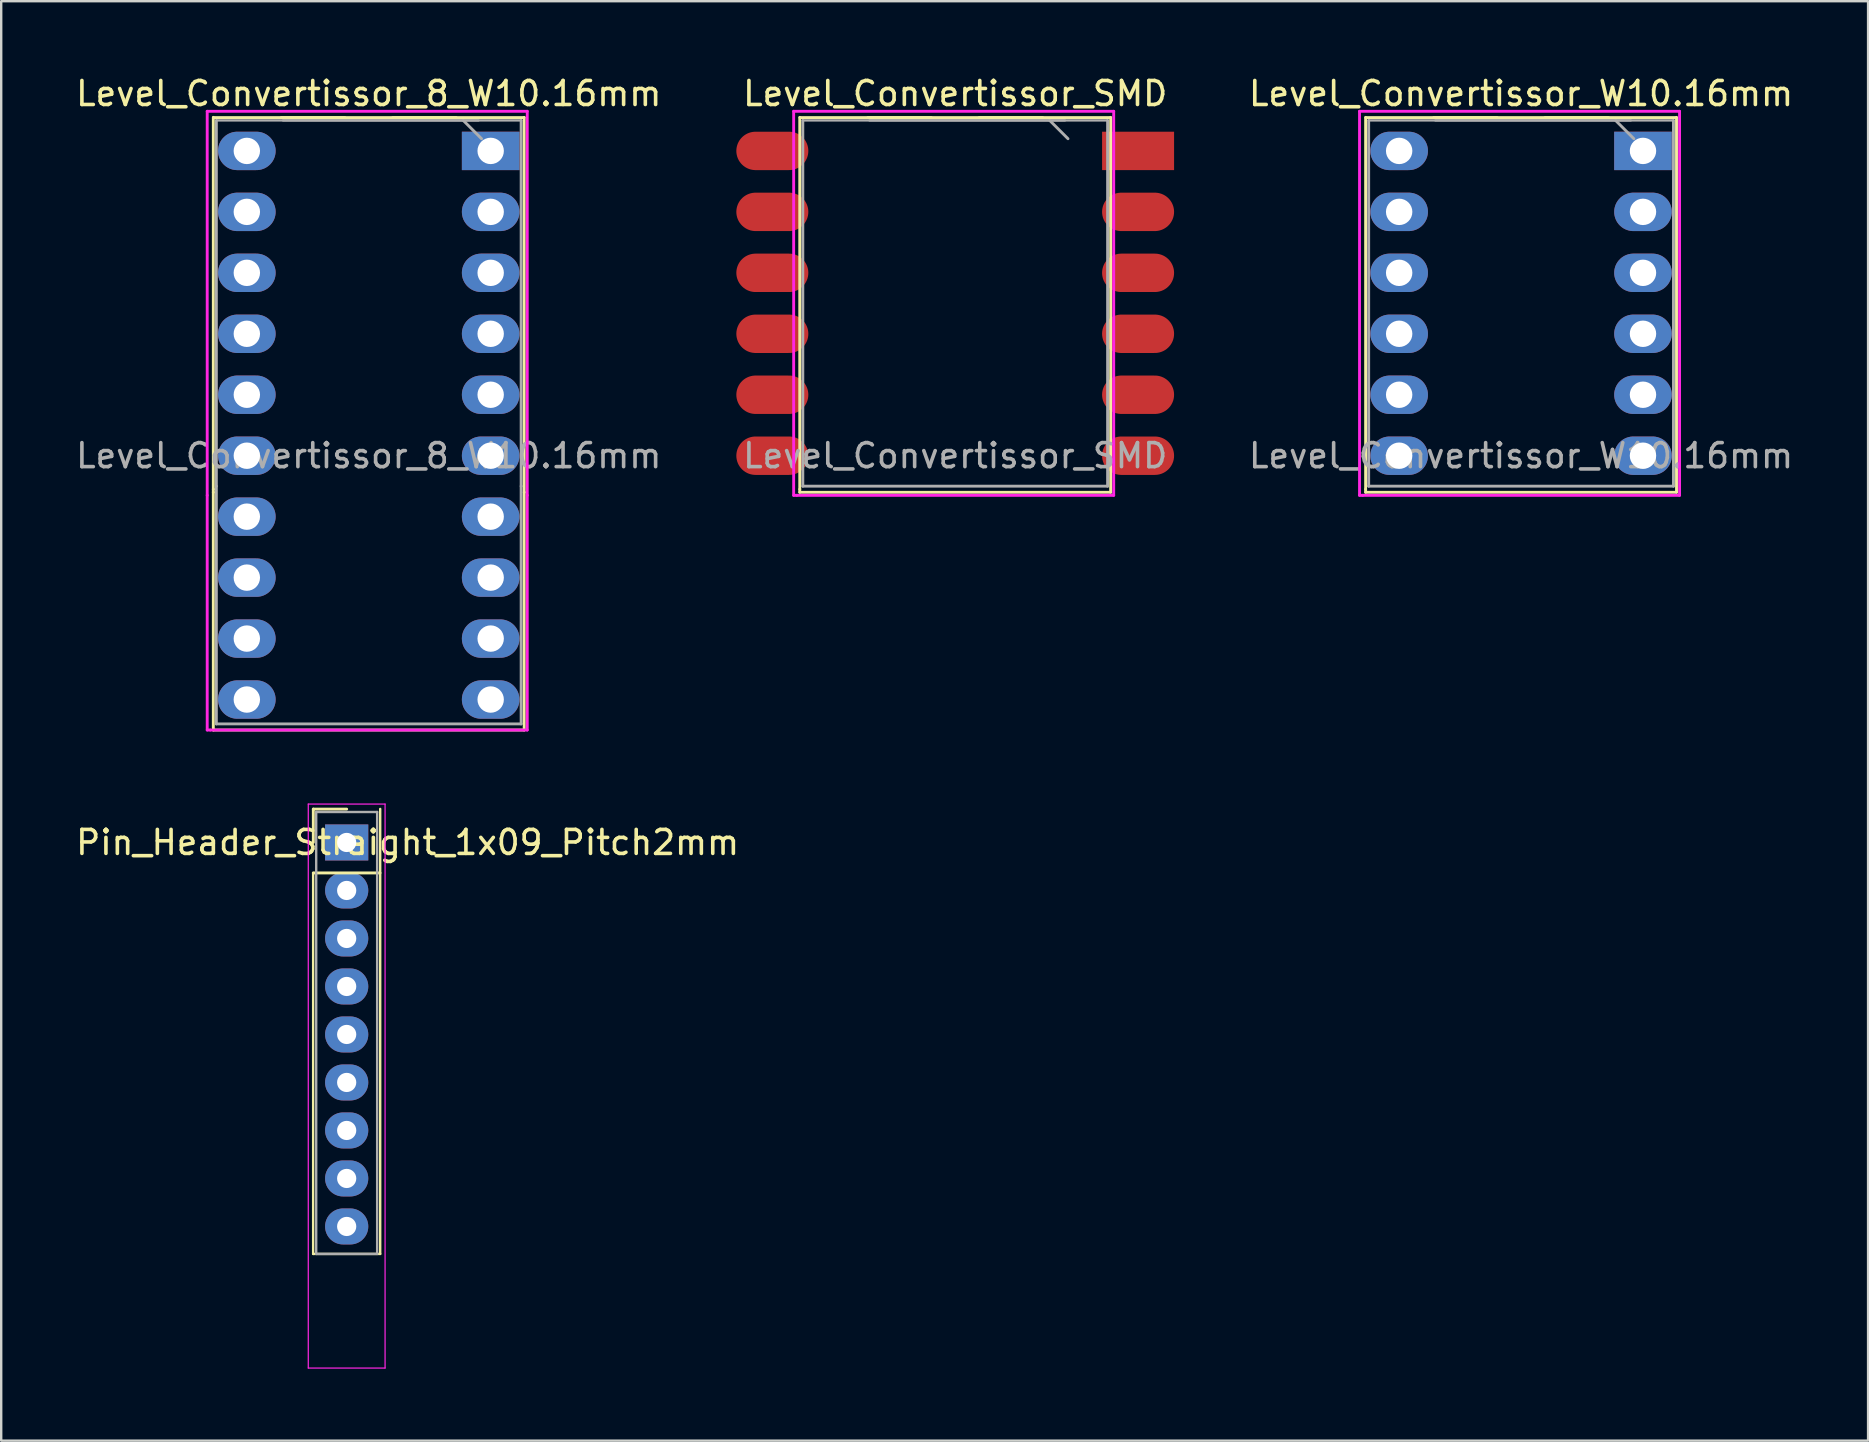
<source format=kicad_pcb>
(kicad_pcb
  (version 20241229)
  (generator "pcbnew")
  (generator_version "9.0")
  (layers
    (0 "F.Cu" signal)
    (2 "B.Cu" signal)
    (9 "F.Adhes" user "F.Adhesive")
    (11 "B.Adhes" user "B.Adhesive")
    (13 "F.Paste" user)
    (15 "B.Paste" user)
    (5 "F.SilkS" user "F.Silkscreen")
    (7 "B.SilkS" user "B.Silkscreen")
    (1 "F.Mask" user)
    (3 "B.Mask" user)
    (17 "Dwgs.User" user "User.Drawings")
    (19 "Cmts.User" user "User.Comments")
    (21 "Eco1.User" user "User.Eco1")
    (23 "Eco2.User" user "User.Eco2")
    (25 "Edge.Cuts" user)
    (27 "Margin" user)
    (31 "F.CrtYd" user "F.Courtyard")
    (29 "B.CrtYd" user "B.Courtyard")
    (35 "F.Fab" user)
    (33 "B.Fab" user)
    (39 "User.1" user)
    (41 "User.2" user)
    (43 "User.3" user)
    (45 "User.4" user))
  (footprint "Level_Convertissor_SMD"
    (layer "F.Cu")
    (at 31.671 3.238)
    (property "Reference" "Level_Convertissor_SMD" (at 5.08 -2.39 0) (layer "F.SilkS") (effects (font (size 1 1) (thickness 0.15))))
    (attr through_hole)
    (fp_line (start -1.397 14.097) (end -1.397 -1.397) (stroke (width 0.12) (type solid)) (layer "F.SilkS"))
    (fp_line (start -1.397 14.097) (end -1.397 14.224) (stroke (width 0.12) (type solid)) (layer "F.SilkS"))
    (fp_line (start -1.397 14.224) (end 11.557 14.224) (stroke (width 0.12) (type solid)) (layer "F.SilkS"))
    (fp_line (start 4.08 -1.39) (end 1.44 -1.39) (stroke (width 0.12) (type solid)) (layer "F.SilkS"))
    (fp_line (start 8.72 -1.39) (end 6.08 -1.39) (stroke (width 0.12) (type solid)) (layer "F.SilkS"))
    (fp_line (start 11.55 -1.39) (end -1.39 -1.39) (stroke (width 0.12) (type solid)) (layer "F.SilkS"))
    (fp_line (start 11.557 14.224) (end 11.557 -1.397) (stroke (width 0.12) (type solid)) (layer "F.SilkS"))
    (fp_line (start -1.651 -1.651) (end 11.684 -1.651) (stroke (width 0.12) (type solid)) (layer "F.CrtYd"))
    (fp_line (start -1.651 14.351) (end -1.651 -1.651) (stroke (width 0.12) (type solid)) (layer "F.CrtYd"))
    (fp_line (start -1.524 14.351) (end -1.651 14.351) (stroke (width 0.12) (type solid)) (layer "F.CrtYd"))
    (fp_line (start 11.684 -1.651) (end 11.684 14.351) (stroke (width 0.12) (type solid)) (layer "F.CrtYd"))
    (fp_line (start 11.684 14.351) (end -1.524 14.351) (stroke (width 0.12) (type solid)) (layer "F.CrtYd"))
    (fp_line (start -1.27 -1.27) (end -1.27 13.97) (stroke (width 0.12) (type solid)) (layer "F.Fab"))
    (fp_line (start -1.27 13.97) (end 11.43 13.97) (stroke (width 0.12) (type solid)) (layer "F.Fab"))
    (fp_line (start 1.51 -1.27) (end 9.65 -1.27) (stroke (width 0.1) (type solid)) (layer "F.Fab"))
    (fp_line (start 9.017 -1.27) (end 9.779 -0.508) (stroke (width 0.12) (type solid)) (layer "F.Fab"))
    (fp_line (start 11.43 -1.27) (end -1.27 -1.27) (stroke (width 0.1) (type solid)) (layer "F.Fab"))
    (fp_line (start 11.43 13.97) (end 11.43 -1.27) (stroke (width 0.12) (type solid)) (layer "F.Fab"))
    (fp_text user "${REFERENCE}" (at 5.08 12.7 0) (layer "F.Fab") (effects (font (size 1 1) (thickness 0.15))))
    (pad "1" smd rect (at 12.7 0) (size 3 1.6) (layers "F.Cu" "F.Mask" "F.Paste"))
    (pad "2" smd oval (at 12.7 2.54) (size 3 1.6) (layers "F.Cu" "F.Mask" "F.Paste"))
    (pad "3" smd oval (at 12.7 5.08) (size 3 1.6) (layers "F.Cu" "F.Mask" "F.Paste"))
    (pad "4" smd oval (at 12.7 7.62) (size 3 1.6) (layers "F.Cu" "F.Mask" "F.Paste"))
    (pad "5" smd oval (at 12.7 10.16) (size 3 1.6) (layers "F.Cu" "F.Mask" "F.Paste"))
    (pad "6" smd oval (at 12.7 12.7) (size 3 1.6) (layers "F.Cu" "F.Mask" "F.Paste"))
    (pad "7" smd oval (at -2.54 12.7) (size 3 1.6) (layers "F.Cu" "F.Mask" "F.Paste"))
    (pad "8" smd oval (at -2.54 10.16) (size 3 1.6) (layers "F.Cu" "F.Mask" "F.Paste"))
    (pad "9" smd oval (at -2.54 7.62) (size 3 1.6) (layers "F.Cu" "F.Mask" "F.Paste"))
    (pad "10" smd oval (at -2.54 5.08) (size 3 1.6) (layers "F.Cu" "F.Mask" "F.Paste"))
    (pad "11" smd oval (at -2.54 2.54) (size 3 1.6) (layers "F.Cu" "F.Mask" "F.Paste"))
    (pad "12" smd oval (at -2.54 0) (size 3 1.6) (layers "F.Cu" "F.Mask" "F.Paste")))
  (footprint "Level_Convertissor_8_W10.16mm"
    (layer "F.Cu")
    (at 7.235 3.238)
    (property "Reference" "Level_Convertissor_8_W10.16mm" (at 5.08 -2.39 0) (layer "F.SilkS") (effects (font (size 1 1) (thickness 0.15))))
    (attr through_hole)
    (fp_line (start -1.397 14.097) (end -1.397 -1.397) (stroke (width 0.12) (type solid)) (layer "F.SilkS"))
    (fp_line (start -1.397 14.097) (end -1.397 14.224) (stroke (width 0.12) (type solid)) (layer "F.SilkS"))
    (fp_line (start -1.397 14.224) (end -1.397 24.13) (stroke (width 0.12) (type solid)) (layer "F.SilkS"))
    (fp_line (start -1.397 24.13) (end 11.557 24.13) (stroke (width 0.12) (type solid)) (layer "F.SilkS"))
    (fp_line (start 4.08 -1.39) (end 1.44 -1.39) (stroke (width 0.12) (type solid)) (layer "F.SilkS"))
    (fp_line (start 8.72 -1.39) (end 6.08 -1.39) (stroke (width 0.12) (type solid)) (layer "F.SilkS"))
    (fp_line (start 11.55 -1.39) (end -1.39 -1.39) (stroke (width 0.12) (type solid)) (layer "F.SilkS"))
    (fp_line (start 11.557 14.224) (end 11.557 -1.397) (stroke (width 0.12) (type solid)) (layer "F.SilkS"))
    (fp_line (start 11.557 14.224) (end 11.557 24.13) (stroke (width 0.12) (type solid)) (layer "F.SilkS"))
    (fp_line (start -1.651 -1.651) (end 11.684 -1.651) (stroke (width 0.12) (type solid)) (layer "F.CrtYd"))
    (fp_line (start -1.651 14.351) (end -1.651 -1.651) (stroke (width 0.12) (type solid)) (layer "F.CrtYd"))
    (fp_line (start -1.651 14.351) (end -1.651 24.13) (stroke (width 0.12) (type solid)) (layer "F.CrtYd"))
    (fp_line (start -1.651 24.13) (end -1.524 24.13) (stroke (width 0.12) (type solid)) (layer "F.CrtYd"))
    (fp_line (start 11.684 -1.651) (end 11.684 14.351) (stroke (width 0.12) (type solid)) (layer "F.CrtYd"))
    (fp_line (start 11.684 14.351) (end 11.684 24.13) (stroke (width 0.12) (type solid)) (layer "F.CrtYd"))
    (fp_line (start 11.684 24.13) (end -1.524 24.13) (stroke (width 0.12) (type solid)) (layer "F.CrtYd"))
    (fp_line (start -1.27 -1.27) (end -1.27 13.97) (stroke (width 0.12) (type solid)) (layer "F.Fab"))
    (fp_line (start -1.27 13.97) (end -1.27 23.876) (stroke (width 0.12) (type solid)) (layer "F.Fab"))
    (fp_line (start -1.27 23.876) (end 11.43 23.876) (stroke (width 0.12) (type solid)) (layer "F.Fab"))
    (fp_line (start 1.51 -1.27) (end 9.65 -1.27) (stroke (width 0.1) (type solid)) (layer "F.Fab"))
    (fp_line (start 9.017 -1.27) (end 9.779 -0.508) (stroke (width 0.12) (type solid)) (layer "F.Fab"))
    (fp_line (start 11.43 -1.27) (end -1.27 -1.27) (stroke (width 0.1) (type solid)) (layer "F.Fab"))
    (fp_line (start 11.43 13.97) (end 11.43 -1.27) (stroke (width 0.12) (type solid)) (layer "F.Fab"))
    (fp_line (start 11.43 13.97) (end 11.43 23.876) (stroke (width 0.12) (type solid)) (layer "F.Fab"))
    (fp_text user "${REFERENCE}" (at 5.08 12.7 0) (layer "F.Fab") (effects (font (size 1 1) (thickness 0.15))))
    (pad "1" thru_hole rect (at 10.16 0) (size 2.4 1.6) (drill 1.1) (layers "*.Cu" "*.Mask"))
    (pad "2" thru_hole oval (at 10.16 2.54) (size 2.4 1.6) (drill 1.1) (layers "*.Cu" "*.Mask"))
    (pad "3" thru_hole oval (at 10.16 5.08) (size 2.4 1.6) (drill 1.1) (layers "*.Cu" "*.Mask"))
    (pad "4" thru_hole oval (at 10.16 7.62) (size 2.4 1.6) (drill 1.1) (layers "*.Cu" "*.Mask"))
    (pad "5" thru_hole oval (at 10.16 10.16) (size 2.4 1.6) (drill 1.1) (layers "*.Cu" "*.Mask"))
    (pad "6" thru_hole oval (at 10.16 12.7) (size 2.4 1.6) (drill 1.1) (layers "*.Cu" "*.Mask"))
    (pad "7" thru_hole oval (at 10.16 15.24) (size 2.4 1.6) (drill 1.1) (layers "*.Cu" "*.Mask"))
    (pad "8" thru_hole oval (at 10.16 17.78) (size 2.4 1.6) (drill 1.1) (layers "*.Cu" "*.Mask"))
    (pad "9" thru_hole oval (at 10.16 20.32) (size 2.4 1.6) (drill 1.1) (layers "*.Cu" "*.Mask"))
    (pad "10" thru_hole oval (at 10.16 22.86) (size 2.4 1.6) (drill 1.1) (layers "*.Cu" "*.Mask"))
    (pad "11" thru_hole oval (at 0 22.86) (size 2.4 1.6) (drill 1.1) (layers "*.Cu" "*.Mask"))
    (pad "12" thru_hole oval (at 0 20.32) (size 2.4 1.6) (drill 1.1) (layers "*.Cu" "*.Mask"))
    (pad "13" thru_hole oval (at 0 17.78) (size 2.4 1.6) (drill 1.1) (layers "*.Cu" "*.Mask"))
    (pad "14" thru_hole oval (at 0 15.24) (size 2.4 1.6) (drill 1.1) (layers "*.Cu" "*.Mask"))
    (pad "15" thru_hole oval (at 0 12.7) (size 2.4 1.6) (drill 1.1) (layers "*.Cu" "*.Mask"))
    (pad "16" thru_hole oval (at 0 10.16) (size 2.4 1.6) (drill 1.1) (layers "*.Cu" "*.Mask"))
    (pad "17" thru_hole oval (at 0 7.62) (size 2.4 1.6) (drill 1.1) (layers "*.Cu" "*.Mask"))
    (pad "18" thru_hole oval (at 0 5.08) (size 2.4 1.6) (drill 1.1) (layers "*.Cu" "*.Mask"))
    (pad "19" thru_hole oval (at 0 2.54) (size 2.4 1.6) (drill 1.1) (layers "*.Cu" "*.Mask"))
    (pad "20" thru_hole oval (at 0 0) (size 2.4 1.6) (drill 1.1) (layers "*.Cu" "*.Mask")))
  (footprint "Pin_Header_Straight_1x09_Pitch2mm"
    (layer "F.Cu")
    (at 11.395 32.053)
    (property "Reference" "Pin_Header_Straight_1x09_Pitch2mm" (at 2.54 0 0) (layer "F.SilkS") (effects (font (size 1 1) (thickness 0.15))))
    (attr through_hole)
    (fp_line (start -1.397 17.145) (end -1.397 1.27) (stroke (width 0.1) (type solid)) (layer "F.SilkS"))
    (fp_line (start -1.397 17.145) (end 1.397 17.145) (stroke (width 0.1) (type solid)) (layer "F.SilkS"))
    (fp_line (start -1.39 -1.39) (end 0 -1.39) (stroke (width 0.12) (type solid)) (layer "F.SilkS"))
    (fp_line (start -1.39 0) (end -1.39 -1.39) (stroke (width 0.12) (type solid)) (layer "F.SilkS"))
    (fp_line (start 1.39 1.27) (end -1.39 1.27) (stroke (width 0.12) (type solid)) (layer "F.SilkS"))
    (fp_line (start 1.397 17.145) (end 1.397 -1.397) (stroke (width 0.1) (type solid)) (layer "F.SilkS"))
    (fp_line (start -1.6 -1.6) (end -1.6 21.9) (stroke (width 0.05) (type solid)) (layer "F.CrtYd"))
    (fp_line (start -1.6 21.9) (end 1.6 21.9) (stroke (width 0.05) (type solid)) (layer "F.CrtYd"))
    (fp_line (start 1.6 -1.6) (end -1.6 -1.6) (stroke (width 0.05) (type solid)) (layer "F.CrtYd"))
    (fp_line (start 1.6 21.9) (end 1.6 -1.6) (stroke (width 0.05) (type solid)) (layer "F.CrtYd"))
    (fp_line (start -1.27 17.145) (end -1.27 -1.27) (stroke (width 0.1) (type solid)) (layer "F.Fab"))
    (fp_line (start -1.27 17.145) (end 1.27 17.145) (stroke (width 0.1) (type solid)) (layer "F.Fab"))
    (fp_line (start 1.27 -1.27) (end -1.27 -1.27) (stroke (width 0.1) (type solid)) (layer "F.Fab"))
    (fp_line (start 1.27 -1.27) (end 1.27 17.145) (stroke (width 0.1) (type solid)) (layer "F.Fab"))
    (pad "1" thru_hole rect (at 0 0) (size 1.8 1.5) (drill 0.8) (layers "*.Cu" "*.Mask"))
    (pad "2" thru_hole oval (at 0 2) (size 1.8 1.5) (drill 0.8) (layers "*.Cu" "*.Mask"))
    (pad "3" thru_hole oval (at 0 4) (size 1.8 1.5) (drill 0.8) (layers "*.Cu" "*.Mask"))
    (pad "4" thru_hole oval (at 0 6) (size 1.8 1.5) (drill 0.8) (layers "*.Cu" "*.Mask"))
    (pad "5" thru_hole oval (at 0 8) (size 1.8 1.5) (drill 0.8) (layers "*.Cu" "*.Mask"))
    (pad "6" thru_hole oval (at 0 10) (size 1.8 1.5) (drill 0.8) (layers "*.Cu" "*.Mask"))
    (pad "7" thru_hole oval (at 0 12) (size 1.8 1.5) (drill 0.8) (layers "*.Cu" "*.Mask"))
    (pad "8" thru_hole oval (at 0 14) (size 1.8 1.5) (drill 0.8) (layers "*.Cu" "*.Mask"))
    (pad "9" thru_hole oval (at 0 16) (size 1.8 1.5) (drill 0.8) (layers "*.Cu" "*.Mask")))
  (footprint "Level_Convertissor_W10.16mm"
    (layer "F.Cu")
    (at 55.249 3.238)
    (property "Reference" "Level_Convertissor_W10.16mm" (at 5.08 -2.39 0) (layer "F.SilkS") (effects (font (size 1 1) (thickness 0.15))))
    (attr through_hole)
    (fp_line (start -1.397 14.097) (end -1.397 -1.397) (stroke (width 0.12) (type solid)) (layer "F.SilkS"))
    (fp_line (start -1.397 14.097) (end -1.397 14.224) (stroke (width 0.12) (type solid)) (layer "F.SilkS"))
    (fp_line (start -1.397 14.224) (end 11.557 14.224) (stroke (width 0.12) (type solid)) (layer "F.SilkS"))
    (fp_line (start 4.08 -1.39) (end 1.44 -1.39) (stroke (width 0.12) (type solid)) (layer "F.SilkS"))
    (fp_line (start 8.72 -1.39) (end 6.08 -1.39) (stroke (width 0.12) (type solid)) (layer "F.SilkS"))
    (fp_line (start 11.55 -1.39) (end -1.39 -1.39) (stroke (width 0.12) (type solid)) (layer "F.SilkS"))
    (fp_line (start 11.557 14.224) (end 11.557 -1.397) (stroke (width 0.12) (type solid)) (layer "F.SilkS"))
    (fp_line (start -1.651 -1.651) (end 11.684 -1.651) (stroke (width 0.12) (type solid)) (layer "F.CrtYd"))
    (fp_line (start -1.651 14.351) (end -1.651 -1.651) (stroke (width 0.12) (type solid)) (layer "F.CrtYd"))
    (fp_line (start -1.524 14.351) (end -1.651 14.351) (stroke (width 0.12) (type solid)) (layer "F.CrtYd"))
    (fp_line (start 11.684 -1.651) (end 11.684 14.351) (stroke (width 0.12) (type solid)) (layer "F.CrtYd"))
    (fp_line (start 11.684 14.351) (end -1.524 14.351) (stroke (width 0.12) (type solid)) (layer "F.CrtYd"))
    (fp_line (start -1.27 -1.27) (end -1.27 13.97) (stroke (width 0.12) (type solid)) (layer "F.Fab"))
    (fp_line (start -1.27 13.97) (end 11.43 13.97) (stroke (width 0.12) (type solid)) (layer "F.Fab"))
    (fp_line (start 1.51 -1.27) (end 9.65 -1.27) (stroke (width 0.1) (type solid)) (layer "F.Fab"))
    (fp_line (start 9.017 -1.27) (end 9.779 -0.508) (stroke (width 0.12) (type solid)) (layer "F.Fab"))
    (fp_line (start 11.43 -1.27) (end -1.27 -1.27) (stroke (width 0.1) (type solid)) (layer "F.Fab"))
    (fp_line (start 11.43 13.97) (end 11.43 -1.27) (stroke (width 0.12) (type solid)) (layer "F.Fab"))
    (fp_text user "${REFERENCE}" (at 5.08 12.7 0) (layer "F.Fab") (effects (font (size 1 1) (thickness 0.15))))
    (pad "1" thru_hole rect (at 10.16 0) (size 2.4 1.6) (drill 1.1) (layers "*.Cu" "*.Mask"))
    (pad "2" thru_hole oval (at 10.16 2.54) (size 2.4 1.6) (drill 1.1) (layers "*.Cu" "*.Mask"))
    (pad "3" thru_hole oval (at 10.16 5.08) (size 2.4 1.6) (drill 1.1) (layers "*.Cu" "*.Mask"))
    (pad "4" thru_hole oval (at 10.16 7.62) (size 2.4 1.6) (drill 1.1) (layers "*.Cu" "*.Mask"))
    (pad "5" thru_hole oval (at 10.16 10.16) (size 2.4 1.6) (drill 1.1) (layers "*.Cu" "*.Mask"))
    (pad "6" thru_hole oval (at 10.16 12.7) (size 2.4 1.6) (drill 1.1) (layers "*.Cu" "*.Mask"))
    (pad "7" thru_hole oval (at 0 12.7) (size 2.4 1.6) (drill 1.1) (layers "*.Cu" "*.Mask"))
    (pad "8" thru_hole oval (at 0 10.16) (size 2.4 1.6) (drill 1.1) (layers "*.Cu" "*.Mask"))
    (pad "9" thru_hole oval (at 0 7.62) (size 2.4 1.6) (drill 1.1) (layers "*.Cu" "*.Mask"))
    (pad "10" thru_hole oval (at 0 5.08) (size 2.4 1.6) (drill 1.1) (layers "*.Cu" "*.Mask"))
    (pad "11" thru_hole oval (at 0 2.54) (size 2.4 1.6) (drill 1.1) (layers "*.Cu" "*.Mask"))
    (pad "12" thru_hole oval (at 0 0) (size 2.4 1.6) (drill 1.1) (layers "*.Cu" "*.Mask")))
  (gr_rect
    (start -3 -3)
    (end 74.788 56.978)
    (stroke (width 0.1) (type default))
    (fill no)
    (layer "Edge.Cuts")))
</source>
